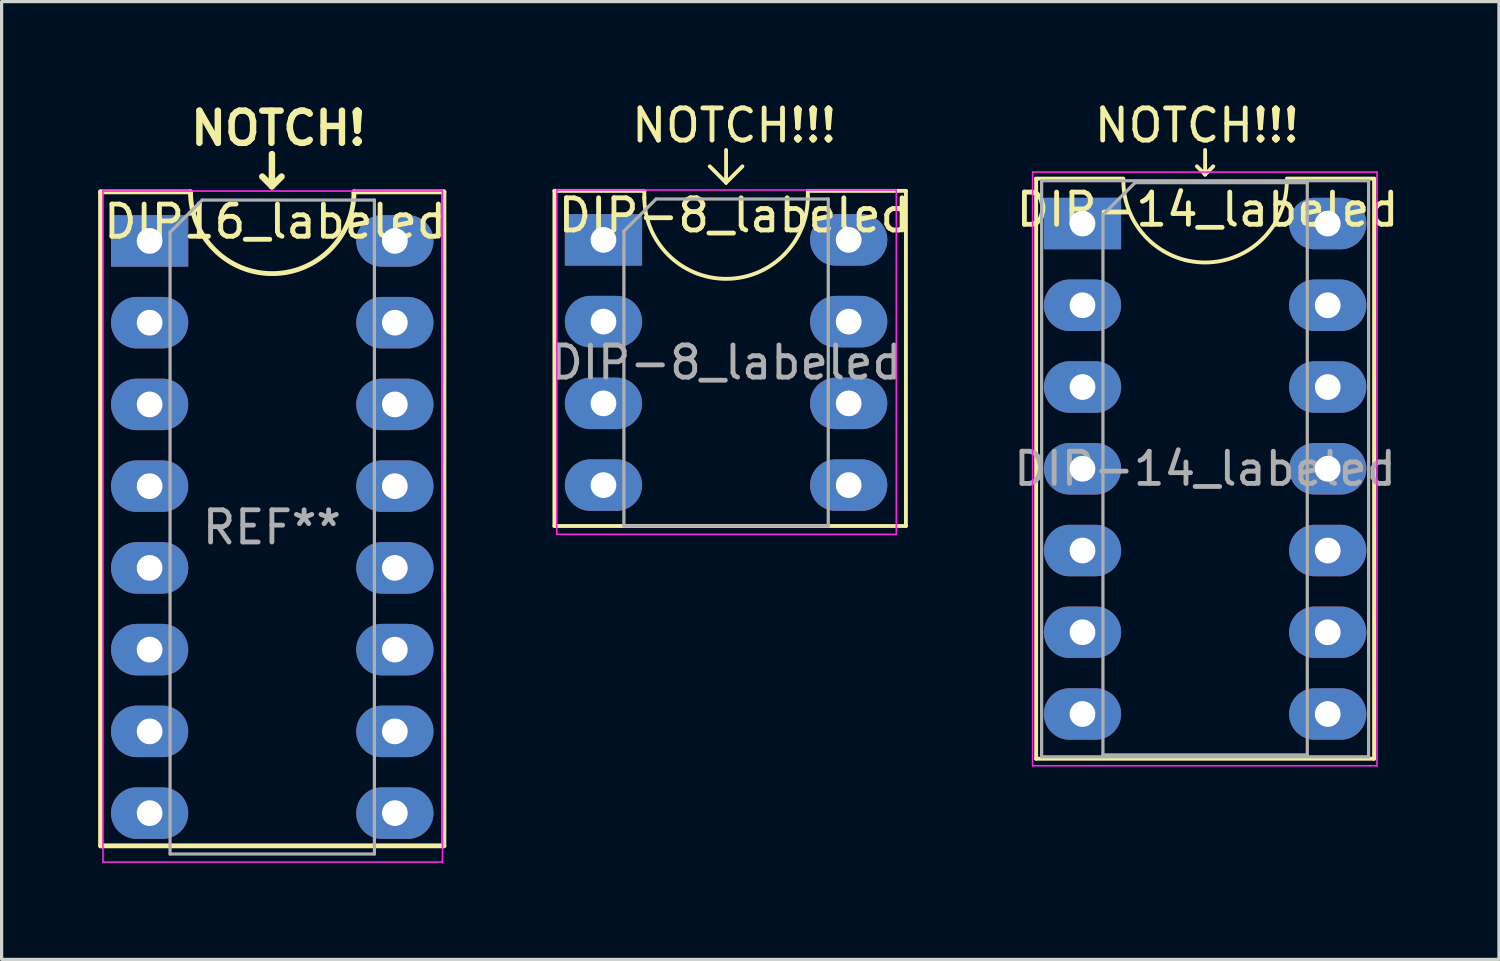
<source format=kicad_pcb>
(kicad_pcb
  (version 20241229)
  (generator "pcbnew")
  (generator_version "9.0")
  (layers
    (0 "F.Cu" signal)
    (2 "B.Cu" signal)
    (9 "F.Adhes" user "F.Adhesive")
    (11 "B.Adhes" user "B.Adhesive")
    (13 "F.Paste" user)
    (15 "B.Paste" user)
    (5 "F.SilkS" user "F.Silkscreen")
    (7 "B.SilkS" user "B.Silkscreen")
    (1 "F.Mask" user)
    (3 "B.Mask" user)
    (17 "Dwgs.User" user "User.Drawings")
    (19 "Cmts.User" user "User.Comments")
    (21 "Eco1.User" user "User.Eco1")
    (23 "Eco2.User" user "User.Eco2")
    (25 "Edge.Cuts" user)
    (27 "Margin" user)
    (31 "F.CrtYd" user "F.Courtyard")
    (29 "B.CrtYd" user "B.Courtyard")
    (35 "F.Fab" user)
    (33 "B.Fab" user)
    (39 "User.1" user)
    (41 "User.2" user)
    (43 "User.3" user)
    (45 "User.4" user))
  (footprint "DIP-8_labeled"
    (layer "F.Cu")
    (at 15.701 4.404)
    (property "Reference" "DIP-8_labeled" (at 4.064 -0.762 0) (layer "F.SilkS") (effects (font (size 1 1) (thickness 0.15))))
    (attr through_hole)
    (fp_line (start -1.524 -1.524) (end 1.27 -1.524) (stroke (width 0.12) (type solid)) (layer "F.SilkS"))
    (fp_line (start -1.524 8.89) (end -1.524 -1.524) (stroke (width 0.12) (type solid)) (layer "F.SilkS"))
    (fp_line (start 1.27 -1.27) (end 1.27 -1.524) (stroke (width 0.12) (type solid)) (layer "F.SilkS"))
    (fp_line (start 3.81 -1.778) (end 3.302 -2.286) (stroke (width 0.12) (type solid)) (layer "F.SilkS"))
    (fp_line (start 3.81 -1.778) (end 3.81 -2.794) (stroke (width 0.12) (type solid)) (layer "F.SilkS"))
    (fp_line (start 3.81 -1.778) (end 4.318 -2.286) (stroke (width 0.12) (type solid)) (layer "F.SilkS"))
    (fp_line (start 6.35 -1.524) (end 9.398 -1.524) (stroke (width 0.12) (type solid)) (layer "F.SilkS"))
    (fp_line (start 6.35 -1.27) (end 6.35 -1.524) (stroke (width 0.12) (type solid)) (layer "F.SilkS"))
    (fp_line (start 9.398 -1.524) (end 9.398 8.89) (stroke (width 0.12) (type solid)) (layer "F.SilkS"))
    (fp_line (start 9.398 8.89) (end -1.524 8.89) (stroke (width 0.12) (type solid)) (layer "F.SilkS"))
    (fp_arc (start 6.35 -1.33) (mid 3.81 1.21) (end 1.27 -1.33) (stroke (width 0.12) (type solid)) (layer "F.SilkS"))
    (fp_line (start -1.45 -1.55) (end -1.45 9.15) (stroke (width 0.05) (type solid)) (layer "F.CrtYd"))
    (fp_line (start -1.45 9.15) (end 9.1 9.15) (stroke (width 0.05) (type solid)) (layer "F.CrtYd"))
    (fp_line (start 9.1 -1.55) (end -1.45 -1.55) (stroke (width 0.05) (type solid)) (layer "F.CrtYd"))
    (fp_line (start 9.1 9.15) (end 9.1 -1.55) (stroke (width 0.05) (type solid)) (layer "F.CrtYd"))
    (fp_line (start 0.635 -0.27) (end 1.635 -1.27) (stroke (width 0.1) (type solid)) (layer "F.Fab"))
    (fp_line (start 0.635 8.89) (end 0.635 -0.27) (stroke (width 0.1) (type solid)) (layer "F.Fab"))
    (fp_line (start 1.635 -1.27) (end 6.985 -1.27) (stroke (width 0.1) (type solid)) (layer "F.Fab"))
    (fp_line (start 6.985 -1.27) (end 6.985 8.89) (stroke (width 0.1) (type solid)) (layer "F.Fab"))
    (fp_line (start 6.985 8.89) (end 0.635 8.89) (stroke (width 0.1) (type solid)) (layer "F.Fab"))
    (fp_text user "NOTCH!!!" (at 4.064 -3.556 0) (layer "F.SilkS") (effects (font (size 1 1) (thickness 0.15))))
    (fp_text user "${REFERENCE}" (at 3.81 3.81 0) (layer "F.Fab") (effects (font (size 1 1) (thickness 0.15))))
    (pad "1" thru_hole rect (at 0 0) (size 2.4 1.6) (drill 0.8) (layers "*.Cu" "*.Mask"))
    (pad "2" thru_hole oval (at 0 2.54) (size 2.4 1.6) (drill 0.8) (layers "*.Cu" "*.Mask"))
    (pad "3" thru_hole oval (at 0 5.08) (size 2.4 1.6) (drill 0.8) (layers "*.Cu" "*.Mask"))
    (pad "4" thru_hole oval (at 0 7.62) (size 2.4 1.6) (drill 0.8) (layers "*.Cu" "*.Mask"))
    (pad "5" thru_hole oval (at 7.62 7.62) (size 2.4 1.6) (drill 0.8) (layers "*.Cu" "*.Mask"))
    (pad "6" thru_hole oval (at 7.62 5.08) (size 2.4 1.6) (drill 0.8) (layers "*.Cu" "*.Mask"))
    (pad "7" thru_hole oval (at 7.62 2.54) (size 2.4 1.6) (drill 0.8) (layers "*.Cu" "*.Mask"))
    (pad "8" thru_hole oval (at 7.62 0) (size 2.4 1.6) (drill 0.8) (layers "*.Cu" "*.Mask")))
  (footprint "DIP16_labeled"
    (layer "F.Cu")
    (at 1.599 4.436)
    (property "Reference" "DIP16_labeled" (at 3.9 -0.6 0) (layer "F.SilkS") (effects (font (size 1 1) (thickness 0.15))))
    (attr through_hole)
    (fp_line (start -1.524 -1.524) (end 1.27 -1.524) (stroke (width 0.15) (type solid)) (layer "F.SilkS"))
    (fp_line (start -1.524 18.796) (end -1.524 -1.524) (stroke (width 0.15) (type solid)) (layer "F.SilkS"))
    (fp_line (start 3.8 -2.7) (end 3.8 -1.7) (stroke (width 0.2) (type solid)) (layer "F.SilkS"))
    (fp_line (start 3.8 -1.7) (end 3.5 -2) (stroke (width 0.2) (type solid)) (layer "F.SilkS"))
    (fp_line (start 3.8 -1.7) (end 4.1 -2) (stroke (width 0.2) (type solid)) (layer "F.SilkS"))
    (fp_line (start 6.35 -1.524) (end 9.144 -1.524) (stroke (width 0.15) (type solid)) (layer "F.SilkS"))
    (fp_line (start 9.144 -1.524) (end 9.144 18.796) (stroke (width 0.15) (type solid)) (layer "F.SilkS"))
    (fp_line (start 9.144 18.796) (end -1.524 18.796) (stroke (width 0.15) (type solid)) (layer "F.SilkS"))
    (fp_arc (start 6.35 -1.524) (mid 3.81 1.016) (end 1.27 -1.524) (stroke (width 0.15) (type solid)) (layer "F.SilkS"))
    (fp_line (start -1.45 -1.55) (end -1.45 19.3) (stroke (width 0.05) (type solid)) (layer "F.CrtYd"))
    (fp_line (start -1.45 19.3) (end 9.1 19.3) (stroke (width 0.05) (type solid)) (layer "F.CrtYd"))
    (fp_line (start 9.1 -1.55) (end -1.45 -1.55) (stroke (width 0.05) (type solid)) (layer "F.CrtYd"))
    (fp_line (start 9.1 19.3) (end 9.1 -1.55) (stroke (width 0.05) (type solid)) (layer "F.CrtYd"))
    (fp_line (start 0.635 -0.27) (end 1.635 -1.27) (stroke (width 0.1) (type solid)) (layer "F.Fab"))
    (fp_line (start 0.635 19.05) (end 0.635 -0.27) (stroke (width 0.1) (type solid)) (layer "F.Fab"))
    (fp_line (start 1.635 -1.27) (end 6.985 -1.27) (stroke (width 0.1) (type solid)) (layer "F.Fab"))
    (fp_line (start 6.985 -1.27) (end 6.985 19.05) (stroke (width 0.1) (type solid)) (layer "F.Fab"))
    (fp_line (start 6.985 19.05) (end 0.635 19.05) (stroke (width 0.1) (type solid)) (layer "F.Fab"))
    (fp_text user "NOTCH!" (at 4 -3.5 0) (layer "F.SilkS") (effects (font (size 1 1) (thickness 0.2))))
    (fp_text user "REF**" (at 3.8 8.9 0) (layer "F.Fab") (effects (font (size 1 1) (thickness 0.15))))
    (pad "1" thru_hole rect (at 0 0) (size 2.4 1.6) (drill 0.8) (layers "*.Cu" "*.Mask"))
    (pad "2" thru_hole oval (at 0 2.54) (size 2.4 1.6) (drill 0.8) (layers "*.Cu" "*.Mask"))
    (pad "3" thru_hole oval (at 0 5.08) (size 2.4 1.6) (drill 0.8) (layers "*.Cu" "*.Mask"))
    (pad "4" thru_hole oval (at 0 7.62) (size 2.4 1.6) (drill 0.8) (layers "*.Cu" "*.Mask"))
    (pad "5" thru_hole oval (at 0 10.16) (size 2.4 1.6) (drill 0.8) (layers "*.Cu" "*.Mask"))
    (pad "6" thru_hole oval (at 0 12.7) (size 2.4 1.6) (drill 0.8) (layers "*.Cu" "*.Mask"))
    (pad "7" thru_hole oval (at 0 15.24) (size 2.4 1.6) (drill 0.8) (layers "*.Cu" "*.Mask"))
    (pad "8" thru_hole oval (at 0 17.78) (size 2.4 1.6) (drill 0.8) (layers "*.Cu" "*.Mask"))
    (pad "9" thru_hole oval (at 7.62 17.78) (size 2.4 1.6) (drill 0.8) (layers "*.Cu" "*.Mask"))
    (pad "10" thru_hole oval (at 7.62 15.24) (size 2.4 1.6) (drill 0.8) (layers "*.Cu" "*.Mask"))
    (pad "11" thru_hole oval (at 7.62 12.7) (size 2.4 1.6) (drill 0.8) (layers "*.Cu" "*.Mask"))
    (pad "12" thru_hole oval (at 7.62 10.16) (size 2.4 1.6) (drill 0.8) (layers "*.Cu" "*.Mask"))
    (pad "13" thru_hole oval (at 7.62 7.62) (size 2.4 1.6) (drill 0.8) (layers "*.Cu" "*.Mask"))
    (pad "14" thru_hole oval (at 7.62 5.08) (size 2.4 1.6) (drill 0.8) (layers "*.Cu" "*.Mask"))
    (pad "15" thru_hole oval (at 7.62 2.54) (size 2.4 1.6) (drill 0.8) (layers "*.Cu" "*.Mask"))
    (pad "16" thru_hole oval (at 7.62 0) (size 2.4 1.6) (drill 0.8) (layers "*.Cu" "*.Mask")))
  (footprint "DIP-14_labeled"
    (layer "F.Cu")
    (at 30.586 3.896)
    (property "Reference" "DIP-14_labeled" (at 3.886 -0.432 0) (layer "F.SilkS") (effects (font (size 1 1) (thickness 0.15))))
    (attr through_hole)
    (fp_line (start -1.448 -1.397) (end 1.27 -1.397) (stroke (width 0.12) (type solid)) (layer "F.SilkS"))
    (fp_line (start -1.44 -1.39) (end -1.44 16.63) (stroke (width 0.12) (type solid)) (layer "F.SilkS"))
    (fp_line (start -1.44 16.63) (end 9.06 16.63) (stroke (width 0.12) (type solid)) (layer "F.SilkS"))
    (fp_line (start 3.556 -1.778) (end 3.81 -1.524) (stroke (width 0.12) (type solid)) (layer "F.SilkS"))
    (fp_line (start 3.81 -1.524) (end 3.81 -2.286) (stroke (width 0.12) (type solid)) (layer "F.SilkS"))
    (fp_line (start 4.064 -1.778) (end 3.81 -1.524) (stroke (width 0.12) (type solid)) (layer "F.SilkS"))
    (fp_line (start 9.06 16.63) (end 9.06 -1.39) (stroke (width 0.12) (type solid)) (layer "F.SilkS"))
    (fp_line (start 9.068 -1.397) (end 6.35 -1.397) (stroke (width 0.12) (type solid)) (layer "F.SilkS"))
    (fp_arc (start 6.35 -1.33) (mid 3.81 1.21) (end 1.27 -1.33) (stroke (width 0.12) (type solid)) (layer "F.SilkS"))
    (fp_line (start -1.55 -1.6) (end -1.55 16.85) (stroke (width 0.05) (type solid)) (layer "F.CrtYd"))
    (fp_line (start -1.55 16.85) (end 9.15 16.85) (stroke (width 0.05) (type solid)) (layer "F.CrtYd"))
    (fp_line (start 9.15 -1.6) (end -1.55 -1.6) (stroke (width 0.05) (type solid)) (layer "F.CrtYd"))
    (fp_line (start 9.15 16.85) (end 9.15 -1.6) (stroke (width 0.05) (type solid)) (layer "F.CrtYd"))
    (fp_line (start -1.27 -1.33) (end -1.27 16.57) (stroke (width 0.1) (type solid)) (layer "F.Fab"))
    (fp_line (start -1.27 16.57) (end 8.89 16.57) (stroke (width 0.1) (type solid)) (layer "F.Fab"))
    (fp_line (start 0.635 -0.27) (end 1.635 -1.27) (stroke (width 0.1) (type solid)) (layer "F.Fab"))
    (fp_line (start 0.635 16.51) (end 0.635 -0.27) (stroke (width 0.1) (type solid)) (layer "F.Fab"))
    (fp_line (start 1.635 -1.27) (end 6.985 -1.27) (stroke (width 0.1) (type solid)) (layer "F.Fab"))
    (fp_line (start 6.985 -1.27) (end 6.985 16.51) (stroke (width 0.1) (type solid)) (layer "F.Fab"))
    (fp_line (start 6.985 16.51) (end 0.635 16.51) (stroke (width 0.1) (type solid)) (layer "F.Fab"))
    (fp_line (start 8.89 -1.33) (end -1.27 -1.33) (stroke (width 0.1) (type solid)) (layer "F.Fab"))
    (fp_line (start 8.89 16.57) (end 8.89 -1.33) (stroke (width 0.1) (type solid)) (layer "F.Fab"))
    (fp_text user "NOTCH!!!" (at 3.556 -3.048 0) (layer "F.SilkS") (effects (font (size 1 1) (thickness 0.15))))
    (fp_text user "${REFERENCE}" (at 3.81 7.62 0) (layer "F.Fab") (effects (font (size 1 1) (thickness 0.15))))
    (pad "1" thru_hole rect (at 0 0) (size 2.4 1.6) (drill 0.8) (layers "*.Cu" "*.Mask"))
    (pad "2" thru_hole oval (at 0 2.54) (size 2.4 1.6) (drill 0.8) (layers "*.Cu" "*.Mask"))
    (pad "3" thru_hole oval (at 0 5.08) (size 2.4 1.6) (drill 0.8) (layers "*.Cu" "*.Mask"))
    (pad "4" thru_hole oval (at 0 7.62) (size 2.4 1.6) (drill 0.8) (layers "*.Cu" "*.Mask"))
    (pad "5" thru_hole oval (at 0 10.16) (size 2.4 1.6) (drill 0.8) (layers "*.Cu" "*.Mask"))
    (pad "6" thru_hole oval (at 0 12.7) (size 2.4 1.6) (drill 0.8) (layers "*.Cu" "*.Mask"))
    (pad "7" thru_hole oval (at 0 15.24) (size 2.4 1.6) (drill 0.8) (layers "*.Cu" "*.Mask"))
    (pad "8" thru_hole oval (at 7.62 15.24) (size 2.4 1.6) (drill 0.8) (layers "*.Cu" "*.Mask"))
    (pad "9" thru_hole oval (at 7.62 12.7) (size 2.4 1.6) (drill 0.8) (layers "*.Cu" "*.Mask"))
    (pad "10" thru_hole oval (at 7.62 10.16) (size 2.4 1.6) (drill 0.8) (layers "*.Cu" "*.Mask"))
    (pad "11" thru_hole oval (at 7.62 7.62) (size 2.4 1.6) (drill 0.8) (layers "*.Cu" "*.Mask"))
    (pad "12" thru_hole oval (at 7.62 5.08) (size 2.4 1.6) (drill 0.8) (layers "*.Cu" "*.Mask"))
    (pad "13" thru_hole oval (at 7.62 2.54) (size 2.4 1.6) (drill 0.8) (layers "*.Cu" "*.Mask"))
    (pad "14" thru_hole oval (at 7.62 0) (size 2.4 1.6) (drill 0.8) (layers "*.Cu" "*.Mask")))
  (gr_rect
    (start -3 -3)
    (end 43.526 26.761)
    (stroke (width 0.1) (type default))
    (fill no)
    (layer "Edge.Cuts")))
</source>
